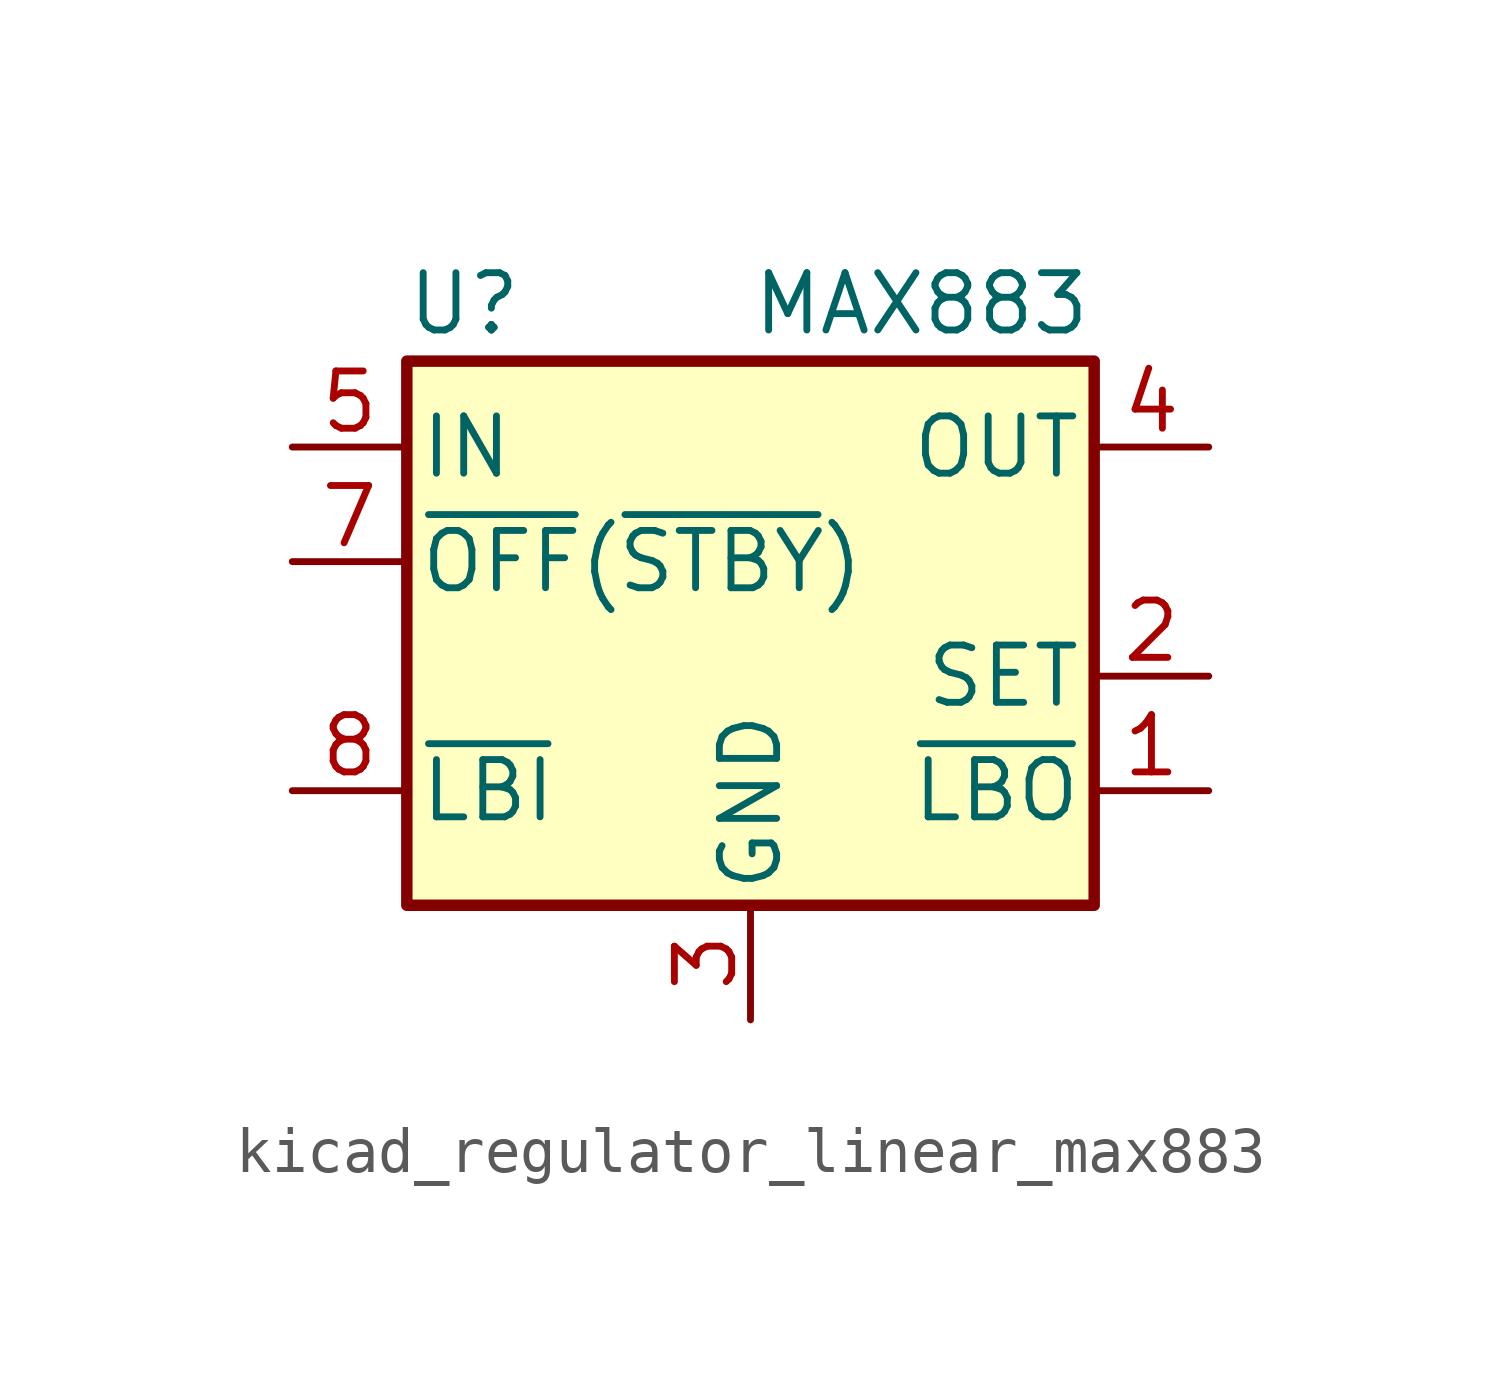
<source format=kicad_sym>
(kicad_symbol_lib
  (version 20220914)
  (generator kicad_symbol_editor)
  (symbol "kicad_regulator_linear_max883"
    (pin_names
      (offset 0.254))
    (property "Reference" "U"
      (at -6.35 8.255 0)
      (effects (font (size 1.27 1.27))))
    (property "Value" "MAX883"
      (at 0 8.255 0)
      (effects (font (size 1.27 1.27)) (justify left)))
    (symbol "kicad_regulator_linear_max883_0_1"
      (rectangle (start -7.62 6.985) (end 7.62 -5.08) (stroke (width 0.254) (type default)) (fill (type background))))
    (symbol "kicad_regulator_linear_max883_1_1"
      (pin open_collector line (at 10.16 -2.54 180) (length 2.54) (name "~{LBO}" (effects (font (size 1.27 1.27)))) (number "1" (effects (font (size 1.27 1.27)))))
      (pin passive line (at 10.16 0 180) (length 2.54) (name "SET" (effects (font (size 1.27 1.27)))) (number "2" (effects (font (size 1.27 1.27)))))
      (pin power_in line (at 0 -7.62 90) (length 2.54) (name "GND" (effects (font (size 1.27 1.27)))) (number "3" (effects (font (size 1.27 1.27)))))
      (pin power_out line (at 10.16 5.08 180) (length 2.54) (name "OUT" (effects (font (size 1.27 1.27)))) (number "4" (effects (font (size 1.27 1.27)))))
      (pin power_in line (at -10.16 5.08 0) (length 2.54) (name "IN" (effects (font (size 1.27 1.27)))) (number "5" (effects (font (size 1.27 1.27)))))
      (pin passive line (at 0 -7.62 90) (length 2.54) hide (name "GND" (effects (font (size 1.27 1.27)))) (number "6" (effects (font (size 1.27 1.27)))))
      (pin input line (at -10.16 2.54 0) (length 2.54) (name "~{OFF}(~{STBY})" (effects (font (size 1.27 1.27)))) (number "7" (effects (font (size 1.27 1.27)))))
      (pin input line (at -10.16 -2.54 0) (length 2.54) (name "~{LBI}" (effects (font (size 1.27 1.27)))) (number "8" (effects (font (size 1.27 1.27))))))))
</source>
